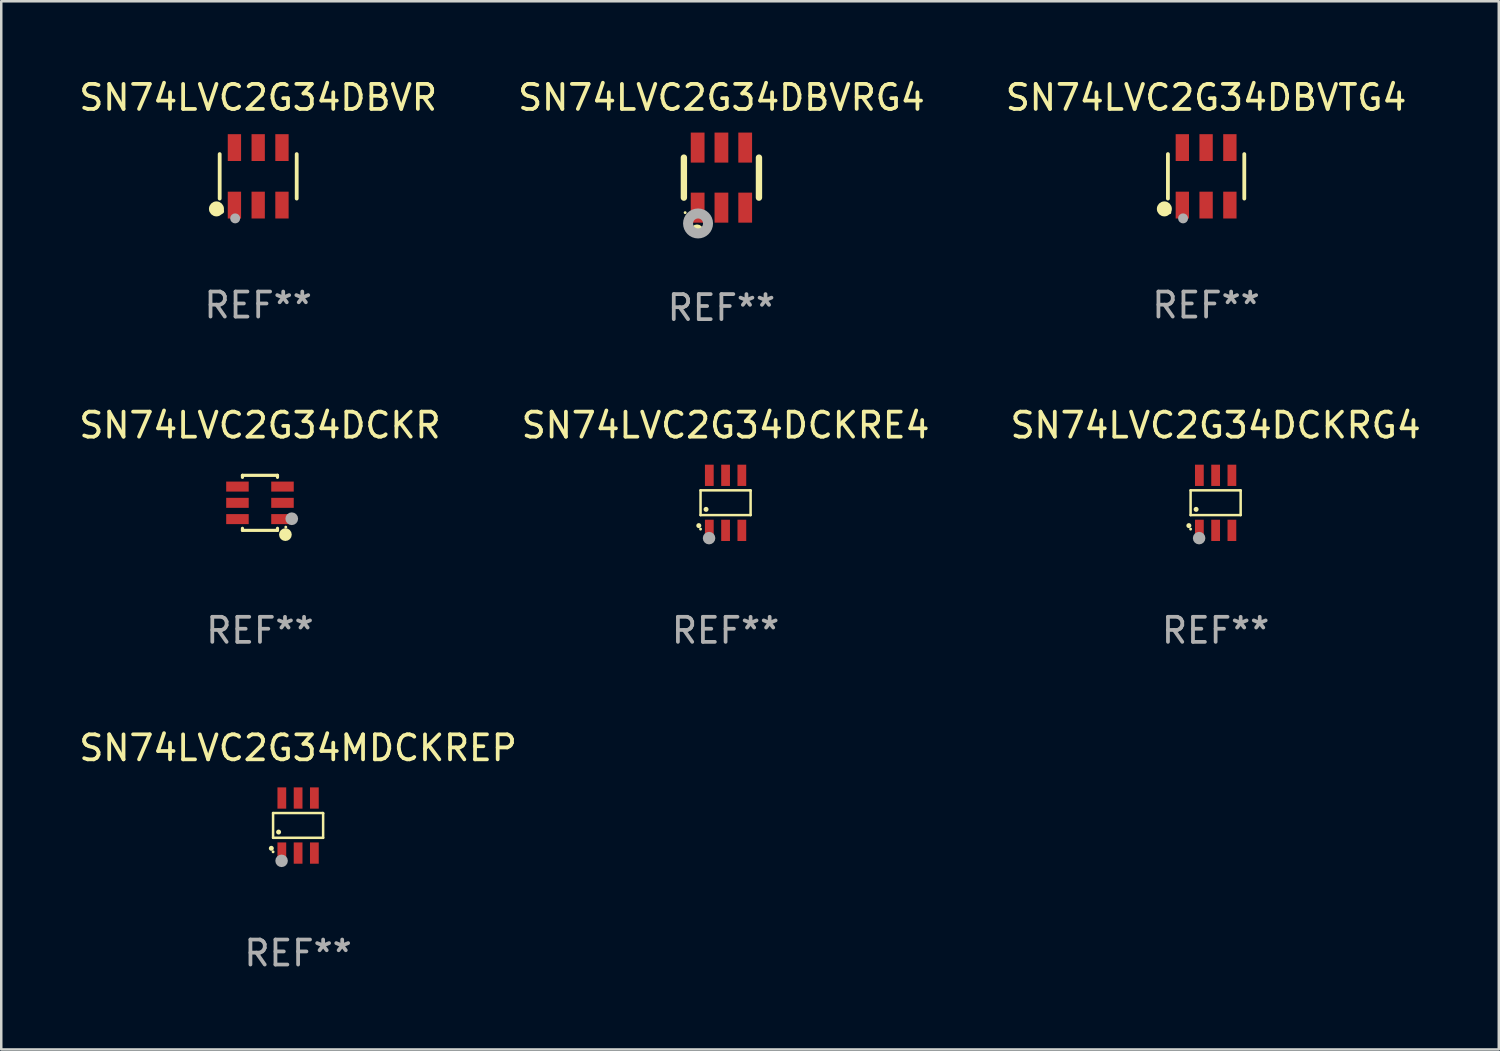
<source format=kicad_pcb>
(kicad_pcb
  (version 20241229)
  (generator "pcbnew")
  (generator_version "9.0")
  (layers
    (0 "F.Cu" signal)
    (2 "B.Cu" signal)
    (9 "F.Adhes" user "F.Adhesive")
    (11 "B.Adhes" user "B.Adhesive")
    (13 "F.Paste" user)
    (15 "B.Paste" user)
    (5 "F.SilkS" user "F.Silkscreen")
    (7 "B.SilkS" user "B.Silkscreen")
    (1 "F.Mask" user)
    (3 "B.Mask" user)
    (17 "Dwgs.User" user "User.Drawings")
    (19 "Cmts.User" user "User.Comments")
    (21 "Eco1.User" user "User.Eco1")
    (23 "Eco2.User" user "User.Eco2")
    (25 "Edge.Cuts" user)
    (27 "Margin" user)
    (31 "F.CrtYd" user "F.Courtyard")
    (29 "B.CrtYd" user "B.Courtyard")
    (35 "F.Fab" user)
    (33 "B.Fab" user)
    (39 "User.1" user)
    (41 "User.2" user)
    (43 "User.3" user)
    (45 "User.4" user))
  (footprint "SN74LVC2G34DBVR"
    (layer "F.Cu")
    (at 7.268 3.997)
    (property "Reference" "SN74LVC2G34DBVR" (at 0 -3.149 0) (layer "F.SilkS") (effects (font (size 1 1) (thickness 0.15))))
    (attr through_hole)
    (fp_line (start -1.539 0.889) (end -1.539 -0.889) (stroke (width 0.152) (type solid)) (layer "F.SilkS"))
    (fp_line (start 1.539 0.889) (end 1.539 -0.889) (stroke (width 0.152) (type solid)) (layer "F.SilkS"))
    (fp_circle (center -1.668 1.301) (end -1.518 1.301) (stroke (width 0.3) (type solid)) (fill no) (layer "F.SilkS"))
    (fp_circle (center -1.463 1.4) (end -1.413 1.4) (stroke (width 0.1) (type solid)) (fill no) (layer "F.SilkS"))
    (fp_circle (center -0.92 1.68) (end -0.82 1.68) (stroke (width 0.2) (type solid)) (fill no) (layer "F.Fab"))
    (fp_text user "REF**" (at 0 5.149 0) (layer "F.Fab") (effects (font (size 1 1) (thickness 0.15))))
    (pad "1" smd rect (at -0.95 1.149) (size 0.532 1.072) (layers "F.Cu" "F.Mask" "F.Paste"))
    (pad "2" smd rect (at 0 1.149) (size 0.532 1.072) (layers "F.Cu" "F.Mask" "F.Paste"))
    (pad "3" smd rect (at 0.95 1.149) (size 0.532 1.072) (layers "F.Cu" "F.Mask" "F.Paste"))
    (pad "4" smd rect (at 0.95 -1.149) (size 0.532 1.072) (layers "F.Cu" "F.Mask" "F.Paste"))
    (pad "5" smd rect (at 0 -1.149) (size 0.532 1.072) (layers "F.Cu" "F.Mask" "F.Paste"))
    (pad "6" smd rect (at -0.95 -1.149) (size 0.532 1.072) (layers "F.Cu" "F.Mask" "F.Paste")))
  (footprint "SN74LVC2G34DCKRG4"
    (layer "F.Cu")
    (at 45.53 17.045)
    (property "Reference" "SN74LVC2G34DCKRG4" (at 0 -3.1 0) (layer "F.SilkS") (effects (font (size 1 1) (thickness 0.15))))
    (attr through_hole)
    (fp_line (start -1 -0.5) (end -1 0.49) (stroke (width 0.1) (type solid)) (layer "F.SilkS"))
    (fp_line (start -1 0.49) (end 1 0.49) (stroke (width 0.1) (type solid)) (layer "F.SilkS"))
    (fp_line (start 0.99 -0.5) (end -1 -0.5) (stroke (width 0.1) (type solid)) (layer "F.SilkS"))
    (fp_line (start 1 -0.49) (end 0.99 -0.5) (stroke (width 0.1) (type solid)) (layer "F.SilkS"))
    (fp_line (start 1 0.49) (end 1 -0.49) (stroke (width 0.1) (type solid)) (layer "F.SilkS"))
    (fp_circle (center -1.07 0.91) (end -1.02 0.91) (stroke (width 0.1) (type solid)) (fill no) (layer "F.SilkS"))
    (fp_circle (center -1 1.05) (end -0.97 1.05) (stroke (width 0.06) (type solid)) (fill no) (layer "F.SilkS"))
    (fp_circle (center -0.78 0.26) (end -0.73 0.26) (stroke (width 0.1) (type solid)) (fill no) (layer "F.SilkS"))
    (fp_circle (center -0.66 1.41) (end -0.535 1.41) (stroke (width 0.25) (type solid)) (fill no) (layer "F.Fab"))
    (fp_text user "REF**" (at 0 5.1 0) (layer "F.Fab") (effects (font (size 1 1) (thickness 0.15))))
    (pad "1" smd rect (at -0.65 1.1) (size 0.35 0.85) (layers "F.Cu" "F.Mask" "F.Paste"))
    (pad "2" smd rect (at 0 1.1) (size 0.35 0.85) (layers "F.Cu" "F.Mask" "F.Paste"))
    (pad "3" smd rect (at 0.65 1.1) (size 0.35 0.85) (layers "F.Cu" "F.Mask" "F.Paste"))
    (pad "4" smd rect (at 0.65 -1.1) (size 0.35 0.85) (layers "F.Cu" "F.Mask" "F.Paste"))
    (pad "5" smd rect (at 0 -1.1) (size 0.35 0.85) (layers "F.Cu" "F.Mask" "F.Paste"))
    (pad "6" smd rect (at -0.65 -1.1) (size 0.35 0.85) (layers "F.Cu" "F.Mask" "F.Paste")))
  (footprint "SN74LVC2G34DCKR"
    (layer "F.Cu")
    (at 7.339 17.045)
    (property "Reference" "SN74LVC2G34DCKR" (at 0 -3.1 0) (layer "F.SilkS") (effects (font (size 1 1) (thickness 0.15))))
    (attr through_hole)
    (fp_line (start -0.7 -1.018) (end -0.7 -1.1) (stroke (width 0.127) (type solid)) (layer "F.SilkS"))
    (fp_line (start -0.7 1.1) (end -0.7 1.018) (stroke (width 0.127) (type solid)) (layer "F.SilkS"))
    (fp_line (start 0.7 -1.1) (end -0.7 -1.1) (stroke (width 0.127) (type solid)) (layer "F.SilkS"))
    (fp_line (start 0.7 -1.018) (end 0.7 -1.1) (stroke (width 0.127) (type solid)) (layer "F.SilkS"))
    (fp_line (start 0.7 1.1) (end -0.7 1.1) (stroke (width 0.127) (type solid)) (layer "F.SilkS"))
    (fp_line (start 0.7 1.1) (end 0.7 1.018) (stroke (width 0.127) (type solid)) (layer "F.SilkS"))
    (fp_circle (center 1.016 1.27) (end 1.143 1.27) (stroke (width 0.254) (type solid)) (fill no) (layer "F.SilkS"))
    (fp_circle (center 1.032 0.97) (end 1.062 0.97) (stroke (width 0.06) (type solid)) (fill no) (layer "F.SilkS"))
    (fp_circle (center 1.27 0.635) (end 1.397 0.635) (stroke (width 0.254) (type solid)) (fill no) (layer "F.Fab"))
    (fp_text user "REF**" (at 0 5.1 0) (layer "F.Fab") (effects (font (size 1 1) (thickness 0.15))))
    (pad "1" smd rect (at 0.9 0.65 90) (size 0.4 0.9) (layers "F.Cu" "F.Mask" "F.Paste"))
    (pad "2" smd rect (at 0.9 -0.000102 90) (size 0.4 0.9) (layers "F.Cu" "F.Mask" "F.Paste"))
    (pad "3" smd rect (at 0.9 -0.65 90) (size 0.4 0.9) (layers "F.Cu" "F.Mask" "F.Paste"))
    (pad "4" smd rect (at -0.9 -0.65 90) (size 0.4 0.9) (layers "F.Cu" "F.Mask" "F.Paste"))
    (pad "5" smd rect (at -0.9 -0.000102 90) (size 0.4 0.9) (layers "F.Cu" "F.Mask" "F.Paste"))
    (pad "6" smd rect (at -0.9 0.65 90) (size 0.4 0.9) (layers "F.Cu" "F.Mask" "F.Paste")))
  (footprint "SN74LVC2G34DBVRG4"
    (layer "F.Cu")
    (at 25.78 4.048)
    (property "Reference" "SN74LVC2G34DBVRG4" (at 0 -3.2 0) (layer "F.SilkS") (effects (font (size 1 1) (thickness 0.15))))
    (attr through_hole)
    (fp_line (start -1.5 0.8) (end -1.5 -0.8) (stroke (width 0.254) (type solid)) (layer "F.SilkS"))
    (fp_line (start 1.5 -0.8) (end 1.5 0.8) (stroke (width 0.254) (type solid)) (layer "F.SilkS"))
    (fp_circle (center -1.45 1.4) (end -1.42 1.4) (stroke (width 0.06) (type solid)) (fill no) (layer "F.SilkS"))
    (fp_circle (center -0.975 2.125) (end -0.848 2.125) (stroke (width 0.254) (type solid)) (fill no) (layer "F.SilkS"))
    (fp_circle (center -0.934 1.832) (end -0.735 1.832) (stroke (width 0.4) (type solid)) (fill no) (layer "F.Fab"))
    (fp_text user "REF**" (at 0 5.2 0) (layer "F.Fab") (effects (font (size 1 1) (thickness 0.15))))
    (pad "1" smd rect (at -0.95 1.2) (size 0.55 1.2) (layers "F.Cu" "F.Mask" "F.Paste"))
    (pad "2" smd rect (at 0 1.2) (size 0.55 1.2) (layers "F.Cu" "F.Mask" "F.Paste"))
    (pad "3" smd rect (at 0.95 1.2) (size 0.55 1.2) (layers "F.Cu" "F.Mask" "F.Paste"))
    (pad "4" smd rect (at 0.95 -1.2) (size 0.55 1.2) (layers "F.Cu" "F.Mask" "F.Paste"))
    (pad "5" smd rect (at 0 -1.2) (size 0.55 1.2) (layers "F.Cu" "F.Mask" "F.Paste"))
    (pad "6" smd rect (at -0.95 -1.2) (size 0.55 1.2) (layers "F.Cu" "F.Mask" "F.Paste")))
  (footprint "SN74LVC2G34DCKRE4"
    (layer "F.Cu")
    (at 25.946 17.045)
    (property "Reference" "SN74LVC2G34DCKRE4" (at 0 -3.1 0) (layer "F.SilkS") (effects (font (size 1 1) (thickness 0.15))))
    (attr through_hole)
    (fp_line (start -1 -0.5) (end -1 0.49) (stroke (width 0.1) (type solid)) (layer "F.SilkS"))
    (fp_line (start -1 0.49) (end 1 0.49) (stroke (width 0.1) (type solid)) (layer "F.SilkS"))
    (fp_line (start 0.99 -0.5) (end -1 -0.5) (stroke (width 0.1) (type solid)) (layer "F.SilkS"))
    (fp_line (start 1 -0.49) (end 0.99 -0.5) (stroke (width 0.1) (type solid)) (layer "F.SilkS"))
    (fp_line (start 1 0.49) (end 1 -0.49) (stroke (width 0.1) (type solid)) (layer "F.SilkS"))
    (fp_circle (center -1.07 0.91) (end -1.02 0.91) (stroke (width 0.1) (type solid)) (fill no) (layer "F.SilkS"))
    (fp_circle (center -1 1.05) (end -0.97 1.05) (stroke (width 0.06) (type solid)) (fill no) (layer "F.SilkS"))
    (fp_circle (center -0.78 0.26) (end -0.73 0.26) (stroke (width 0.1) (type solid)) (fill no) (layer "F.SilkS"))
    (fp_circle (center -0.66 1.41) (end -0.535 1.41) (stroke (width 0.25) (type solid)) (fill no) (layer "F.Fab"))
    (fp_text user "REF**" (at 0 5.1 0) (layer "F.Fab") (effects (font (size 1 1) (thickness 0.15))))
    (pad "1" smd rect (at -0.65 1.1) (size 0.35 0.85) (layers "F.Cu" "F.Mask" "F.Paste"))
    (pad "2" smd rect (at 0 1.1) (size 0.35 0.85) (layers "F.Cu" "F.Mask" "F.Paste"))
    (pad "3" smd rect (at 0.65 1.1) (size 0.35 0.85) (layers "F.Cu" "F.Mask" "F.Paste"))
    (pad "4" smd rect (at 0.65 -1.1) (size 0.35 0.85) (layers "F.Cu" "F.Mask" "F.Paste"))
    (pad "5" smd rect (at 0 -1.1) (size 0.35 0.85) (layers "F.Cu" "F.Mask" "F.Paste"))
    (pad "6" smd rect (at -0.65 -1.1) (size 0.35 0.85) (layers "F.Cu" "F.Mask" "F.Paste")))
  (footprint "SN74LVC2G34DBVTG4"
    (layer "F.Cu")
    (at 45.149 3.997)
    (property "Reference" "SN74LVC2G34DBVTG4" (at 0 -3.149 0) (layer "F.SilkS") (effects (font (size 1 1) (thickness 0.15))))
    (attr through_hole)
    (fp_line (start -1.526 0.889) (end -1.526 -0.889) (stroke (width 0.152) (type solid)) (layer "F.SilkS"))
    (fp_line (start 1.526 0.889) (end 1.526 -0.889) (stroke (width 0.152) (type solid)) (layer "F.SilkS"))
    (fp_circle (center -1.668 1.301) (end -1.518 1.301) (stroke (width 0.3) (type solid)) (fill no) (layer "F.SilkS"))
    (fp_circle (center -1.45 1.45) (end -1.42 1.45) (stroke (width 0.06) (type solid)) (fill no) (layer "F.SilkS"))
    (fp_circle (center -0.92 1.68) (end -0.82 1.68) (stroke (width 0.2) (type solid)) (fill no) (layer "F.Fab"))
    (fp_text user "REF**" (at 0 5.149 0) (layer "F.Fab") (effects (font (size 1 1) (thickness 0.15))))
    (pad "1" smd rect (at -0.95 1.149) (size 0.532 1.072) (layers "F.Cu" "F.Mask" "F.Paste"))
    (pad "2" smd rect (at 0 1.149) (size 0.532 1.072) (layers "F.Cu" "F.Mask" "F.Paste"))
    (pad "3" smd rect (at 0.95 1.149) (size 0.532 1.072) (layers "F.Cu" "F.Mask" "F.Paste"))
    (pad "4" smd rect (at 0.95 -1.149) (size 0.532 1.072) (layers "F.Cu" "F.Mask" "F.Paste"))
    (pad "5" smd rect (at 0 -1.149) (size 0.532 1.072) (layers "F.Cu" "F.Mask" "F.Paste"))
    (pad "6" smd rect (at -0.95 -1.149) (size 0.532 1.072) (layers "F.Cu" "F.Mask" "F.Paste")))
  (footprint "SN74LVC2G34MDCKREP"
    (layer "F.Cu")
    (at 8.863 29.941)
    (property "Reference" "SN74LVC2G34MDCKREP" (at 0 -3.1 0) (layer "F.SilkS") (effects (font (size 1 1) (thickness 0.15))))
    (attr through_hole)
    (fp_line (start -1 -0.5) (end -1 0.49) (stroke (width 0.1) (type solid)) (layer "F.SilkS"))
    (fp_line (start -1 0.49) (end 1 0.49) (stroke (width 0.1) (type solid)) (layer "F.SilkS"))
    (fp_line (start 0.99 -0.5) (end -1 -0.5) (stroke (width 0.1) (type solid)) (layer "F.SilkS"))
    (fp_line (start 1 -0.49) (end 0.99 -0.5) (stroke (width 0.1) (type solid)) (layer "F.SilkS"))
    (fp_line (start 1 0.49) (end 1 -0.49) (stroke (width 0.1) (type solid)) (layer "F.SilkS"))
    (fp_circle (center -1.07 0.91) (end -1.02 0.91) (stroke (width 0.1) (type solid)) (fill no) (layer "F.SilkS"))
    (fp_circle (center -1 1.05) (end -0.97 1.05) (stroke (width 0.06) (type solid)) (fill no) (layer "F.SilkS"))
    (fp_circle (center -0.78 0.26) (end -0.73 0.26) (stroke (width 0.1) (type solid)) (fill no) (layer "F.SilkS"))
    (fp_circle (center -0.66 1.41) (end -0.535 1.41) (stroke (width 0.25) (type solid)) (fill no) (layer "F.Fab"))
    (fp_text user "REF**" (at 0 5.1 0) (layer "F.Fab") (effects (font (size 1 1) (thickness 0.15))))
    (pad "1" smd rect (at -0.65 1.1) (size 0.35 0.85) (layers "F.Cu" "F.Mask" "F.Paste"))
    (pad "2" smd rect (at 0 1.1) (size 0.35 0.85) (layers "F.Cu" "F.Mask" "F.Paste"))
    (pad "3" smd rect (at 0.65 1.1) (size 0.35 0.85) (layers "F.Cu" "F.Mask" "F.Paste"))
    (pad "4" smd rect (at 0.65 -1.1) (size 0.35 0.85) (layers "F.Cu" "F.Mask" "F.Paste"))
    (pad "5" smd rect (at 0 -1.1) (size 0.35 0.85) (layers "F.Cu" "F.Mask" "F.Paste"))
    (pad "6" smd rect (at -0.65 -1.1) (size 0.35 0.85) (layers "F.Cu" "F.Mask" "F.Paste")))
  (gr_rect
    (start -3 -3)
    (end 56.845 38.89)
    (stroke (width 0.1) (type default))
    (fill no)
    (layer "Edge.Cuts")))
</source>
